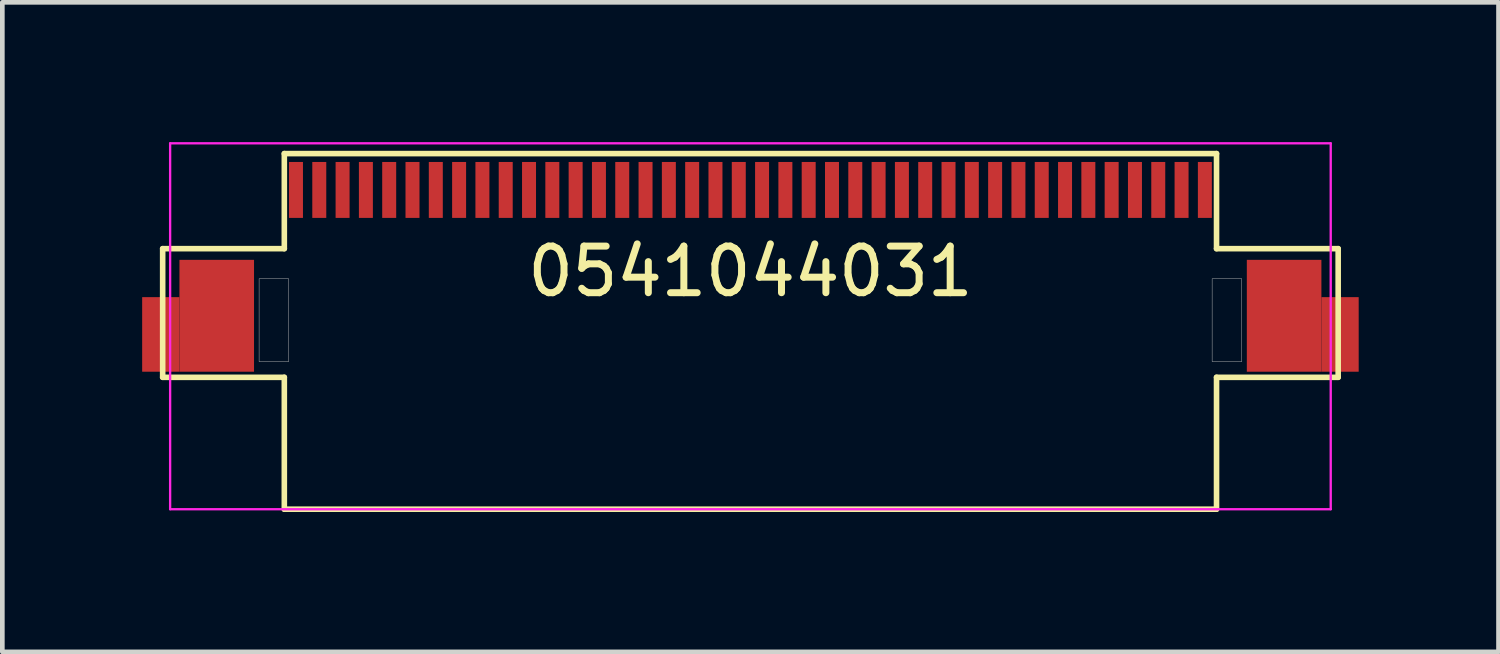
<source format=kicad_pcb>
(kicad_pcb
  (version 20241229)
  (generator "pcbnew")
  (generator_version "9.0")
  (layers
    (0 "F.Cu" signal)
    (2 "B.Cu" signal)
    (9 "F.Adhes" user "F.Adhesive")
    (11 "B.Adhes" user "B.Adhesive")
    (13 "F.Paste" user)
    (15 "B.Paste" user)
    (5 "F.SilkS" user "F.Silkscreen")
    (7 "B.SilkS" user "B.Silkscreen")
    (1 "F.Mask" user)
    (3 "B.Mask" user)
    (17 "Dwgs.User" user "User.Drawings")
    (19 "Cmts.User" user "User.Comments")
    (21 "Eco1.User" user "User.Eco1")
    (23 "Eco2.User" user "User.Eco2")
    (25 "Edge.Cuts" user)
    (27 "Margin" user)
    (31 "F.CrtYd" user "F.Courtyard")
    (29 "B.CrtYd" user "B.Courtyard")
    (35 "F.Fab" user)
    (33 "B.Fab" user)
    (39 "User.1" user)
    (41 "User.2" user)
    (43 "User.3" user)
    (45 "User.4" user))
  (footprint "0541044031"
    (layer "F.Cu")
    (at 13.05 1.025)
    (property "Reference" "0541044031" (at 0 1.75 0) (layer "F.SilkS") (effects (font (size 1 1) (thickness 0.15))))
    (attr smd)
    (fp_line (start -12.61 1.26) (end -10 1.26) (stroke (width 0.12) (type solid)) (layer "F.SilkS"))
    (fp_line (start -12.61 4.02) (end -12.61 1.26) (stroke (width 0.12) (type solid)) (layer "F.SilkS"))
    (fp_line (start -10 -0.78) (end 10 -0.78) (stroke (width 0.12) (type solid)) (layer "F.SilkS"))
    (fp_line (start -10 1.26) (end -10 -0.78) (stroke (width 0.12) (type solid)) (layer "F.SilkS"))
    (fp_line (start -10 4.02) (end -12.61 4.02) (stroke (width 0.12) (type solid)) (layer "F.SilkS"))
    (fp_line (start -10 6.85) (end -10 4.02) (stroke (width 0.12) (type solid)) (layer "F.SilkS"))
    (fp_line (start -10 6.85) (end 10 6.85) (stroke (width 0.12) (type solid)) (layer "F.SilkS"))
    (fp_line (start 10 1.26) (end 10 -0.78) (stroke (width 0.12) (type solid)) (layer "F.SilkS"))
    (fp_line (start 10 4.02) (end 12.61 4.02) (stroke (width 0.12) (type solid)) (layer "F.SilkS"))
    (fp_line (start 10 6.85) (end 10 4.02) (stroke (width 0.12) (type solid)) (layer "F.SilkS"))
    (fp_line (start 12.61 1.26) (end 10 1.26) (stroke (width 0.12) (type solid)) (layer "F.SilkS"))
    (fp_line (start 12.61 4.02) (end 12.61 1.26) (stroke (width 0.12) (type solid)) (layer "F.SilkS"))
    (fp_line (start -12.45 -1) (end -12.45 6.85) (stroke (width 0.05) (type solid)) (layer "F.CrtYd"))
    (fp_line (start -12.45 -1) (end 12.45 -1) (stroke (width 0.05) (type solid)) (layer "F.CrtYd"))
    (fp_line (start -12.45 6.85) (end 12.45 6.85) (stroke (width 0.05) (type solid)) (layer "F.CrtYd"))
    (fp_line (start 12.45 -1) (end 12.45 6.85) (stroke (width 0.05) (type solid)) (layer "F.CrtYd"))
    (fp_poly (pts (xy -9.906 3.683) (xy -10.541 3.683) (xy -10.541 1.905) (xy -9.906 1.905)) (stroke (width 0.01) (type solid)) (fill no) (layer "F.Fab"))
    (fp_poly (pts (xy 10.541 3.683) (xy 9.906 3.683) (xy 9.906 1.905) (xy 10.541 1.905)) (stroke (width 0.01) (type solid)) (fill no) (layer "F.Fab"))
    (pad "0" smd rect (at -12.65 3.1) (size 0.8 1.6) (layers "F.Cu" "F.Mask" "F.Paste"))
    (pad "0" smd rect (at -11.45 2.7) (size 1.6 2.4) (layers "F.Cu" "F.Mask" "F.Paste"))
    (pad "0" smd rect (at 11.45 2.7) (size 1.6 2.4) (layers "F.Cu" "F.Mask" "F.Paste"))
    (pad "0" smd rect (at 12.65 3.1) (size 0.8 1.6) (layers "F.Cu" "F.Mask" "F.Paste"))
    (pad "1" smd rect (at -9.75 0) (size 0.3 1.2) (layers "F.Cu" "F.Mask" "F.Paste"))
    (pad "2" smd rect (at -9.25 0) (size 0.3 1.2) (layers "F.Cu" "F.Mask" "F.Paste"))
    (pad "3" smd rect (at -8.75 0) (size 0.3 1.2) (layers "F.Cu" "F.Mask" "F.Paste"))
    (pad "4" smd rect (at -8.25 0) (size 0.3 1.2) (layers "F.Cu" "F.Mask" "F.Paste"))
    (pad "5" smd rect (at -7.75 0) (size 0.3 1.2) (layers "F.Cu" "F.Mask" "F.Paste"))
    (pad "6" smd rect (at -7.25 0) (size 0.3 1.2) (layers "F.Cu" "F.Mask" "F.Paste"))
    (pad "7" smd rect (at -6.75 0) (size 0.3 1.2) (layers "F.Cu" "F.Mask" "F.Paste"))
    (pad "8" smd rect (at -6.25 0) (size 0.3 1.2) (layers "F.Cu" "F.Mask" "F.Paste"))
    (pad "9" smd rect (at -5.75 0) (size 0.3 1.2) (layers "F.Cu" "F.Mask" "F.Paste"))
    (pad "10" smd rect (at -5.25 0) (size 0.3 1.2) (layers "F.Cu" "F.Mask" "F.Paste"))
    (pad "11" smd rect (at -4.75 0) (size 0.3 1.2) (layers "F.Cu" "F.Mask" "F.Paste"))
    (pad "12" smd rect (at -4.25 0) (size 0.3 1.2) (layers "F.Cu" "F.Mask" "F.Paste"))
    (pad "13" smd rect (at -3.75 0) (size 0.3 1.2) (layers "F.Cu" "F.Mask" "F.Paste"))
    (pad "14" smd rect (at -3.25 0) (size 0.3 1.2) (layers "F.Cu" "F.Mask" "F.Paste"))
    (pad "15" smd rect (at -2.75 0) (size 0.3 1.2) (layers "F.Cu" "F.Mask" "F.Paste"))
    (pad "16" smd rect (at -2.25 0) (size 0.3 1.2) (layers "F.Cu" "F.Mask" "F.Paste"))
    (pad "17" smd rect (at -1.75 0) (size 0.3 1.2) (layers "F.Cu" "F.Mask" "F.Paste"))
    (pad "18" smd rect (at -1.25 0) (size 0.3 1.2) (layers "F.Cu" "F.Mask" "F.Paste"))
    (pad "19" smd rect (at -0.75 0) (size 0.3 1.2) (layers "F.Cu" "F.Mask" "F.Paste"))
    (pad "20" smd rect (at -0.25 0) (size 0.3 1.2) (layers "F.Cu" "F.Mask" "F.Paste"))
    (pad "21" smd rect (at 0.25 0) (size 0.3 1.2) (layers "F.Cu" "F.Mask" "F.Paste"))
    (pad "22" smd rect (at 0.75 0) (size 0.3 1.2) (layers "F.Cu" "F.Mask" "F.Paste"))
    (pad "23" smd rect (at 1.25 0) (size 0.3 1.2) (layers "F.Cu" "F.Mask" "F.Paste"))
    (pad "24" smd rect (at 1.75 0) (size 0.3 1.2) (layers "F.Cu" "F.Mask" "F.Paste"))
    (pad "25" smd rect (at 2.25 0) (size 0.3 1.2) (layers "F.Cu" "F.Mask" "F.Paste"))
    (pad "26" smd rect (at 2.75 0) (size 0.3 1.2) (layers "F.Cu" "F.Mask" "F.Paste"))
    (pad "27" smd rect (at 3.25 0) (size 0.3 1.2) (layers "F.Cu" "F.Mask" "F.Paste"))
    (pad "28" smd rect (at 3.75 0) (size 0.3 1.2) (layers "F.Cu" "F.Mask" "F.Paste"))
    (pad "29" smd rect (at 4.25 0) (size 0.3 1.2) (layers "F.Cu" "F.Mask" "F.Paste"))
    (pad "30" smd rect (at 4.75 0) (size 0.3 1.2) (layers "F.Cu" "F.Mask" "F.Paste"))
    (pad "31" smd rect (at 5.25 0) (size 0.3 1.2) (layers "F.Cu" "F.Mask" "F.Paste"))
    (pad "32" smd rect (at 5.75 0) (size 0.3 1.2) (layers "F.Cu" "F.Mask" "F.Paste"))
    (pad "33" smd rect (at 6.25 0) (size 0.3 1.2) (layers "F.Cu" "F.Mask" "F.Paste"))
    (pad "34" smd rect (at 6.75 0) (size 0.3 1.2) (layers "F.Cu" "F.Mask" "F.Paste"))
    (pad "35" smd rect (at 7.25 0) (size 0.3 1.2) (layers "F.Cu" "F.Mask" "F.Paste"))
    (pad "36" smd rect (at 7.75 0) (size 0.3 1.2) (layers "F.Cu" "F.Mask" "F.Paste"))
    (pad "37" smd rect (at 8.25 0) (size 0.3 1.2) (layers "F.Cu" "F.Mask" "F.Paste"))
    (pad "38" smd rect (at 8.75 0) (size 0.3 1.2) (layers "F.Cu" "F.Mask" "F.Paste"))
    (pad "39" smd rect (at 9.25 0) (size 0.3 1.2) (layers "F.Cu" "F.Mask" "F.Paste"))
    (pad "40" smd rect (at 9.75 0) (size 0.3 1.2) (layers "F.Cu" "F.Mask" "F.Paste")))
  (gr_rect
    (start -3 -3)
    (end 29.1 10.935)
    (stroke (width 0.1) (type default))
    (fill no)
    (layer "Edge.Cuts")))
</source>
